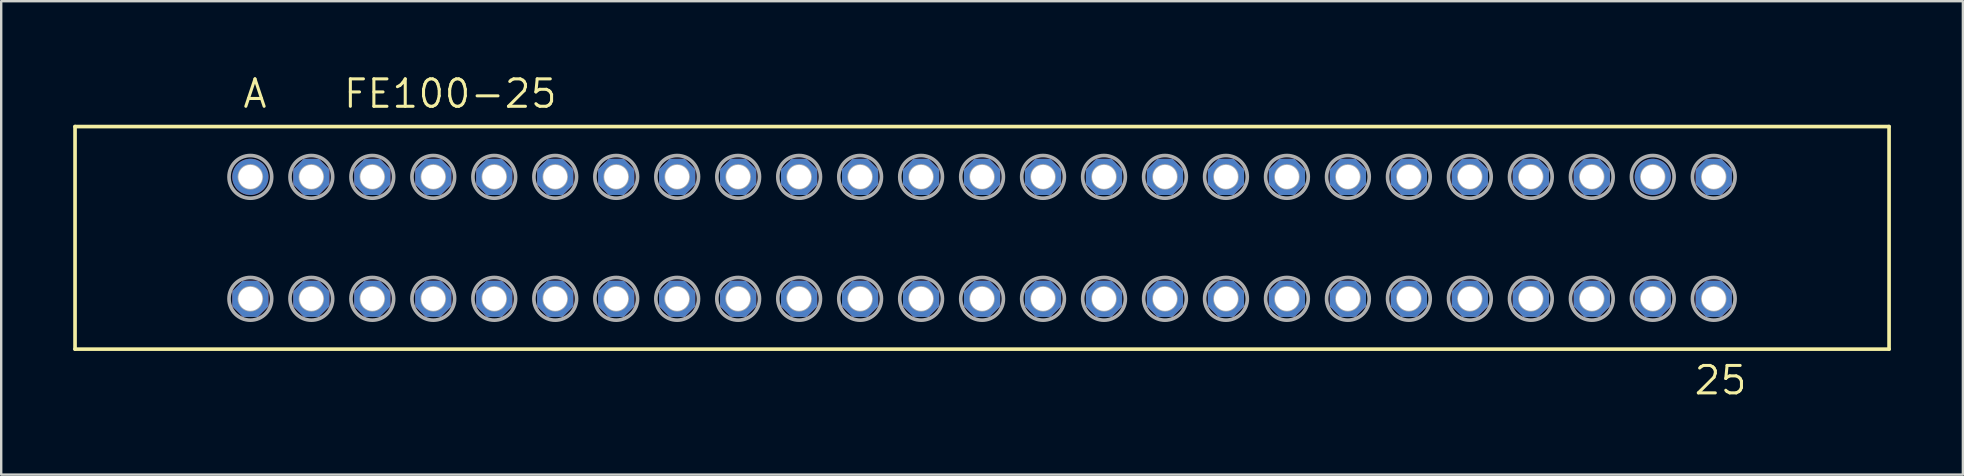
<source format=kicad_pcb>
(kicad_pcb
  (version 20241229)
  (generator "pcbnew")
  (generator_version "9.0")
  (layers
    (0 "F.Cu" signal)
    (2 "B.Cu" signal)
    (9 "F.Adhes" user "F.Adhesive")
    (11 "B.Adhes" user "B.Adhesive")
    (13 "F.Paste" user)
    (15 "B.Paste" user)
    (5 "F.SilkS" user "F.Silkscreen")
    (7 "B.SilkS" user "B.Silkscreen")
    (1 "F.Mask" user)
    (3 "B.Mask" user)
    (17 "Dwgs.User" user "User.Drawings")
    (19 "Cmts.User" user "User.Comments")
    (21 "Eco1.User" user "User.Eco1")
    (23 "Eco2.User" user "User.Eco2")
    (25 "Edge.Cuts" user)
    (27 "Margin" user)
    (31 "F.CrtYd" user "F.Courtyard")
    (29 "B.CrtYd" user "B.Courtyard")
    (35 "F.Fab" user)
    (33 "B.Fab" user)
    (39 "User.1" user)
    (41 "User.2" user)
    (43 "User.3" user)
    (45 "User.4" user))
  (footprint "FE100-25"
    (layer "F.Cu")
    (at 36.589 6.858)
    (property "Reference" "FE100-25" (at -25.4 -5.334 0) (layer "F.SilkS") (effects (font (size 1.143 1.143) (thickness 0.127)) (justify left bottom)))
    (fp_line (start -36.513 -4.636) (end 39.053 -4.636) (stroke (width 0.152) (type solid)) (layer "F.SilkS"))
    (fp_line (start -36.513 4.636) (end -36.513 -4.636) (stroke (width 0.152) (type solid)) (layer "F.SilkS"))
    (fp_line (start -36.513 4.636) (end 39.053 4.636) (stroke (width 0.152) (type solid)) (layer "F.SilkS"))
    (fp_line (start 39.053 4.636) (end 39.053 -4.636) (stroke (width 0.152) (type solid)) (layer "F.SilkS"))
    (fp_circle (center -29.21 -2.54) (end -29.083 -2.54) (stroke (width 0.406) (type solid)) (fill no) (layer "F.Fab"))
    (fp_circle (center -29.21 -2.54) (end -28.321 -2.54) (stroke (width 0.152) (type solid)) (fill no) (layer "F.Fab"))
    (fp_circle (center -29.21 2.54) (end -29.083 2.54) (stroke (width 0.406) (type solid)) (fill no) (layer "F.Fab"))
    (fp_circle (center -29.21 2.54) (end -28.321 2.54) (stroke (width 0.152) (type solid)) (fill no) (layer "F.Fab"))
    (fp_circle (center -26.67 -2.54) (end -26.543 -2.54) (stroke (width 0.406) (type solid)) (fill no) (layer "F.Fab"))
    (fp_circle (center -26.67 -2.54) (end -25.781 -2.54) (stroke (width 0.152) (type solid)) (fill no) (layer "F.Fab"))
    (fp_circle (center -26.67 2.54) (end -26.543 2.54) (stroke (width 0.406) (type solid)) (fill no) (layer "F.Fab"))
    (fp_circle (center -26.67 2.54) (end -25.781 2.54) (stroke (width 0.152) (type solid)) (fill no) (layer "F.Fab"))
    (fp_circle (center -24.13 -2.54) (end -24.003 -2.54) (stroke (width 0.406) (type solid)) (fill no) (layer "F.Fab"))
    (fp_circle (center -24.13 -2.54) (end -23.241 -2.54) (stroke (width 0.152) (type solid)) (fill no) (layer "F.Fab"))
    (fp_circle (center -24.13 2.54) (end -24.003 2.54) (stroke (width 0.406) (type solid)) (fill no) (layer "F.Fab"))
    (fp_circle (center -24.13 2.54) (end -23.241 2.54) (stroke (width 0.152) (type solid)) (fill no) (layer "F.Fab"))
    (fp_circle (center -21.59 -2.54) (end -21.463 -2.54) (stroke (width 0.406) (type solid)) (fill no) (layer "F.Fab"))
    (fp_circle (center -21.59 -2.54) (end -20.701 -2.54) (stroke (width 0.152) (type solid)) (fill no) (layer "F.Fab"))
    (fp_circle (center -21.59 2.54) (end -21.463 2.54) (stroke (width 0.406) (type solid)) (fill no) (layer "F.Fab"))
    (fp_circle (center -21.59 2.54) (end -20.701 2.54) (stroke (width 0.152) (type solid)) (fill no) (layer "F.Fab"))
    (fp_circle (center -19.05 -2.54) (end -18.923 -2.54) (stroke (width 0.406) (type solid)) (fill no) (layer "F.Fab"))
    (fp_circle (center -19.05 -2.54) (end -18.161 -2.54) (stroke (width 0.152) (type solid)) (fill no) (layer "F.Fab"))
    (fp_circle (center -19.05 2.54) (end -18.923 2.54) (stroke (width 0.406) (type solid)) (fill no) (layer "F.Fab"))
    (fp_circle (center -19.05 2.54) (end -18.161 2.54) (stroke (width 0.152) (type solid)) (fill no) (layer "F.Fab"))
    (fp_circle (center -16.51 -2.54) (end -16.383 -2.54) (stroke (width 0.406) (type solid)) (fill no) (layer "F.Fab"))
    (fp_circle (center -16.51 -2.54) (end -15.621 -2.54) (stroke (width 0.152) (type solid)) (fill no) (layer "F.Fab"))
    (fp_circle (center -16.51 2.54) (end -16.383 2.54) (stroke (width 0.406) (type solid)) (fill no) (layer "F.Fab"))
    (fp_circle (center -16.51 2.54) (end -15.621 2.54) (stroke (width 0.152) (type solid)) (fill no) (layer "F.Fab"))
    (fp_circle (center -13.97 -2.54) (end -13.843 -2.54) (stroke (width 0.406) (type solid)) (fill no) (layer "F.Fab"))
    (fp_circle (center -13.97 -2.54) (end -13.081 -2.54) (stroke (width 0.152) (type solid)) (fill no) (layer "F.Fab"))
    (fp_circle (center -13.97 2.54) (end -13.843 2.54) (stroke (width 0.406) (type solid)) (fill no) (layer "F.Fab"))
    (fp_circle (center -13.97 2.54) (end -13.081 2.54) (stroke (width 0.152) (type solid)) (fill no) (layer "F.Fab"))
    (fp_circle (center -11.43 -2.54) (end -11.303 -2.54) (stroke (width 0.406) (type solid)) (fill no) (layer "F.Fab"))
    (fp_circle (center -11.43 -2.54) (end -10.541 -2.54) (stroke (width 0.152) (type solid)) (fill no) (layer "F.Fab"))
    (fp_circle (center -11.43 2.54) (end -11.303 2.54) (stroke (width 0.406) (type solid)) (fill no) (layer "F.Fab"))
    (fp_circle (center -11.43 2.54) (end -10.541 2.54) (stroke (width 0.152) (type solid)) (fill no) (layer "F.Fab"))
    (fp_circle (center -8.89 -2.54) (end -8.763 -2.54) (stroke (width 0.406) (type solid)) (fill no) (layer "F.Fab"))
    (fp_circle (center -8.89 -2.54) (end -8.001 -2.54) (stroke (width 0.152) (type solid)) (fill no) (layer "F.Fab"))
    (fp_circle (center -8.89 2.54) (end -8.763 2.54) (stroke (width 0.406) (type solid)) (fill no) (layer "F.Fab"))
    (fp_circle (center -8.89 2.54) (end -8.001 2.54) (stroke (width 0.152) (type solid)) (fill no) (layer "F.Fab"))
    (fp_circle (center -6.35 -2.54) (end -6.223 -2.54) (stroke (width 0.406) (type solid)) (fill no) (layer "F.Fab"))
    (fp_circle (center -6.35 -2.54) (end -5.461 -2.54) (stroke (width 0.152) (type solid)) (fill no) (layer "F.Fab"))
    (fp_circle (center -6.35 2.54) (end -6.223 2.54) (stroke (width 0.406) (type solid)) (fill no) (layer "F.Fab"))
    (fp_circle (center -6.35 2.54) (end -5.461 2.54) (stroke (width 0.152) (type solid)) (fill no) (layer "F.Fab"))
    (fp_circle (center -3.81 -2.54) (end -3.683 -2.54) (stroke (width 0.406) (type solid)) (fill no) (layer "F.Fab"))
    (fp_circle (center -3.81 -2.54) (end -2.921 -2.54) (stroke (width 0.152) (type solid)) (fill no) (layer "F.Fab"))
    (fp_circle (center -3.81 2.54) (end -3.683 2.54) (stroke (width 0.406) (type solid)) (fill no) (layer "F.Fab"))
    (fp_circle (center -3.81 2.54) (end -2.921 2.54) (stroke (width 0.152) (type solid)) (fill no) (layer "F.Fab"))
    (fp_circle (center -1.27 -2.54) (end -1.143 -2.54) (stroke (width 0.406) (type solid)) (fill no) (layer "F.Fab"))
    (fp_circle (center -1.27 -2.54) (end -0.381 -2.54) (stroke (width 0.152) (type solid)) (fill no) (layer "F.Fab"))
    (fp_circle (center -1.27 2.54) (end -1.143 2.54) (stroke (width 0.406) (type solid)) (fill no) (layer "F.Fab"))
    (fp_circle (center -1.27 2.54) (end -0.381 2.54) (stroke (width 0.152) (type solid)) (fill no) (layer "F.Fab"))
    (fp_circle (center 1.27 -2.54) (end 1.397 -2.54) (stroke (width 0.406) (type solid)) (fill no) (layer "F.Fab"))
    (fp_circle (center 1.27 -2.54) (end 2.159 -2.54) (stroke (width 0.152) (type solid)) (fill no) (layer "F.Fab"))
    (fp_circle (center 1.27 2.54) (end 1.397 2.54) (stroke (width 0.406) (type solid)) (fill no) (layer "F.Fab"))
    (fp_circle (center 1.27 2.54) (end 2.159 2.54) (stroke (width 0.152) (type solid)) (fill no) (layer "F.Fab"))
    (fp_circle (center 3.81 -2.54) (end 3.937 -2.54) (stroke (width 0.406) (type solid)) (fill no) (layer "F.Fab"))
    (fp_circle (center 3.81 -2.54) (end 4.699 -2.54) (stroke (width 0.152) (type solid)) (fill no) (layer "F.Fab"))
    (fp_circle (center 3.81 2.54) (end 3.937 2.54) (stroke (width 0.406) (type solid)) (fill no) (layer "F.Fab"))
    (fp_circle (center 3.81 2.54) (end 4.699 2.54) (stroke (width 0.152) (type solid)) (fill no) (layer "F.Fab"))
    (fp_circle (center 6.35 -2.54) (end 6.477 -2.54) (stroke (width 0.406) (type solid)) (fill no) (layer "F.Fab"))
    (fp_circle (center 6.35 -2.54) (end 7.239 -2.54) (stroke (width 0.152) (type solid)) (fill no) (layer "F.Fab"))
    (fp_circle (center 6.35 2.54) (end 6.477 2.54) (stroke (width 0.406) (type solid)) (fill no) (layer "F.Fab"))
    (fp_circle (center 6.35 2.54) (end 7.239 2.54) (stroke (width 0.152) (type solid)) (fill no) (layer "F.Fab"))
    (fp_circle (center 8.89 -2.54) (end 9.017 -2.54) (stroke (width 0.406) (type solid)) (fill no) (layer "F.Fab"))
    (fp_circle (center 8.89 -2.54) (end 9.779 -2.54) (stroke (width 0.152) (type solid)) (fill no) (layer "F.Fab"))
    (fp_circle (center 8.89 2.54) (end 9.017 2.54) (stroke (width 0.406) (type solid)) (fill no) (layer "F.Fab"))
    (fp_circle (center 8.89 2.54) (end 9.779 2.54) (stroke (width 0.152) (type solid)) (fill no) (layer "F.Fab"))
    (fp_circle (center 11.43 -2.54) (end 11.557 -2.54) (stroke (width 0.406) (type solid)) (fill no) (layer "F.Fab"))
    (fp_circle (center 11.43 -2.54) (end 12.319 -2.54) (stroke (width 0.152) (type solid)) (fill no) (layer "F.Fab"))
    (fp_circle (center 11.43 2.54) (end 11.557 2.54) (stroke (width 0.406) (type solid)) (fill no) (layer "F.Fab"))
    (fp_circle (center 11.43 2.54) (end 12.319 2.54) (stroke (width 0.152) (type solid)) (fill no) (layer "F.Fab"))
    (fp_circle (center 13.97 -2.54) (end 14.097 -2.54) (stroke (width 0.406) (type solid)) (fill no) (layer "F.Fab"))
    (fp_circle (center 13.97 -2.54) (end 14.859 -2.54) (stroke (width 0.152) (type solid)) (fill no) (layer "F.Fab"))
    (fp_circle (center 13.97 2.54) (end 14.097 2.54) (stroke (width 0.406) (type solid)) (fill no) (layer "F.Fab"))
    (fp_circle (center 13.97 2.54) (end 14.859 2.54) (stroke (width 0.152) (type solid)) (fill no) (layer "F.Fab"))
    (fp_circle (center 16.51 -2.54) (end 16.637 -2.54) (stroke (width 0.406) (type solid)) (fill no) (layer "F.Fab"))
    (fp_circle (center 16.51 -2.54) (end 17.399 -2.54) (stroke (width 0.152) (type solid)) (fill no) (layer "F.Fab"))
    (fp_circle (center 16.51 2.54) (end 16.637 2.54) (stroke (width 0.406) (type solid)) (fill no) (layer "F.Fab"))
    (fp_circle (center 16.51 2.54) (end 17.399 2.54) (stroke (width 0.152) (type solid)) (fill no) (layer "F.Fab"))
    (fp_circle (center 19.05 -2.54) (end 19.177 -2.54) (stroke (width 0.406) (type solid)) (fill no) (layer "F.Fab"))
    (fp_circle (center 19.05 -2.54) (end 19.939 -2.54) (stroke (width 0.152) (type solid)) (fill no) (layer "F.Fab"))
    (fp_circle (center 19.05 2.54) (end 19.177 2.54) (stroke (width 0.406) (type solid)) (fill no) (layer "F.Fab"))
    (fp_circle (center 19.05 2.54) (end 19.939 2.54) (stroke (width 0.152) (type solid)) (fill no) (layer "F.Fab"))
    (fp_circle (center 21.59 -2.54) (end 21.717 -2.54) (stroke (width 0.406) (type solid)) (fill no) (layer "F.Fab"))
    (fp_circle (center 21.59 -2.54) (end 22.479 -2.54) (stroke (width 0.152) (type solid)) (fill no) (layer "F.Fab"))
    (fp_circle (center 21.59 2.54) (end 21.717 2.54) (stroke (width 0.406) (type solid)) (fill no) (layer "F.Fab"))
    (fp_circle (center 21.59 2.54) (end 22.479 2.54) (stroke (width 0.152) (type solid)) (fill no) (layer "F.Fab"))
    (fp_circle (center 24.13 -2.54) (end 24.257 -2.54) (stroke (width 0.406) (type solid)) (fill no) (layer "F.Fab"))
    (fp_circle (center 24.13 -2.54) (end 25.019 -2.54) (stroke (width 0.152) (type solid)) (fill no) (layer "F.Fab"))
    (fp_circle (center 24.13 2.54) (end 24.257 2.54) (stroke (width 0.406) (type solid)) (fill no) (layer "F.Fab"))
    (fp_circle (center 24.13 2.54) (end 25.019 2.54) (stroke (width 0.152) (type solid)) (fill no) (layer "F.Fab"))
    (fp_circle (center 26.67 -2.54) (end 26.797 -2.54) (stroke (width 0.406) (type solid)) (fill no) (layer "F.Fab"))
    (fp_circle (center 26.67 -2.54) (end 27.559 -2.54) (stroke (width 0.152) (type solid)) (fill no) (layer "F.Fab"))
    (fp_circle (center 26.67 2.54) (end 26.797 2.54) (stroke (width 0.406) (type solid)) (fill no) (layer "F.Fab"))
    (fp_circle (center 26.67 2.54) (end 27.559 2.54) (stroke (width 0.152) (type solid)) (fill no) (layer "F.Fab"))
    (fp_circle (center 29.21 -2.54) (end 29.337 -2.54) (stroke (width 0.406) (type solid)) (fill no) (layer "F.Fab"))
    (fp_circle (center 29.21 -2.54) (end 30.099 -2.54) (stroke (width 0.152) (type solid)) (fill no) (layer "F.Fab"))
    (fp_circle (center 29.21 2.54) (end 29.337 2.54) (stroke (width 0.406) (type solid)) (fill no) (layer "F.Fab"))
    (fp_circle (center 29.21 2.54) (end 30.099 2.54) (stroke (width 0.152) (type solid)) (fill no) (layer "F.Fab"))
    (fp_circle (center 31.75 -2.54) (end 31.877 -2.54) (stroke (width 0.406) (type solid)) (fill no) (layer "F.Fab"))
    (fp_circle (center 31.75 -2.54) (end 32.639 -2.54) (stroke (width 0.152) (type solid)) (fill no) (layer "F.Fab"))
    (fp_circle (center 31.75 2.54) (end 31.877 2.54) (stroke (width 0.406) (type solid)) (fill no) (layer "F.Fab"))
    (fp_circle (center 31.75 2.54) (end 32.639 2.54) (stroke (width 0.152) (type solid)) (fill no) (layer "F.Fab"))
    (fp_text user "A" (at -29.591 -5.334 0) (layer "F.SilkS") (effects (font (size 1.143 1.143) (thickness 0.127)) (justify left bottom)))
    (fp_text user "25" (at 30.861 6.604 0) (layer "F.SilkS") (effects (font (size 1.143 1.143) (thickness 0.127)) (justify left bottom)))
    (pad "1" thru_hole roundrect (at -29.21 2.54) (size 1.508 1.508) (drill 1) (layers "*.Cu" "*.Mask") (roundrect_rratio 0.25) (chamfer_ratio 0.293) (chamfer top_left top_right bottom_left bottom_right))
    (pad "2" thru_hole roundrect (at -26.67 2.54) (size 1.508 1.508) (drill 1) (layers "*.Cu" "*.Mask") (roundrect_rratio 0.25) (chamfer_ratio 0.293) (chamfer top_left top_right bottom_left bottom_right))
    (pad "3" thru_hole roundrect (at -24.13 2.54) (size 1.508 1.508) (drill 1) (layers "*.Cu" "*.Mask") (roundrect_rratio 0.25) (chamfer_ratio 0.293) (chamfer top_left top_right bottom_left bottom_right))
    (pad "4" thru_hole roundrect (at -21.59 2.54) (size 1.508 1.508) (drill 1) (layers "*.Cu" "*.Mask") (roundrect_rratio 0.25) (chamfer_ratio 0.293) (chamfer top_left top_right bottom_left bottom_right))
    (pad "5" thru_hole roundrect (at -19.05 2.54) (size 1.508 1.508) (drill 1) (layers "*.Cu" "*.Mask") (roundrect_rratio 0.25) (chamfer_ratio 0.293) (chamfer top_left top_right bottom_left bottom_right))
    (pad "6" thru_hole roundrect (at -16.51 2.54) (size 1.508 1.508) (drill 1) (layers "*.Cu" "*.Mask") (roundrect_rratio 0.25) (chamfer_ratio 0.293) (chamfer top_left top_right bottom_left bottom_right))
    (pad "7" thru_hole roundrect (at -13.97 2.54) (size 1.508 1.508) (drill 1) (layers "*.Cu" "*.Mask") (roundrect_rratio 0.25) (chamfer_ratio 0.293) (chamfer top_left top_right bottom_left bottom_right))
    (pad "8" thru_hole roundrect (at -11.43 2.54) (size 1.508 1.508) (drill 1) (layers "*.Cu" "*.Mask") (roundrect_rratio 0.25) (chamfer_ratio 0.293) (chamfer top_left top_right bottom_left bottom_right))
    (pad "9" thru_hole roundrect (at -8.89 2.54) (size 1.508 1.508) (drill 1) (layers "*.Cu" "*.Mask") (roundrect_rratio 0.25) (chamfer_ratio 0.293) (chamfer top_left top_right bottom_left bottom_right))
    (pad "10" thru_hole roundrect (at -6.35 2.54) (size 1.508 1.508) (drill 1) (layers "*.Cu" "*.Mask") (roundrect_rratio 0.25) (chamfer_ratio 0.293) (chamfer top_left top_right bottom_left bottom_right))
    (pad "11" thru_hole roundrect (at -3.81 2.54) (size 1.508 1.508) (drill 1) (layers "*.Cu" "*.Mask") (roundrect_rratio 0.25) (chamfer_ratio 0.293) (chamfer top_left top_right bottom_left bottom_right))
    (pad "12" thru_hole roundrect (at -1.27 2.54) (size 1.508 1.508) (drill 1) (layers "*.Cu" "*.Mask") (roundrect_rratio 0.25) (chamfer_ratio 0.293) (chamfer top_left top_right bottom_left bottom_right))
    (pad "13" thru_hole roundrect (at 1.27 2.54) (size 1.508 1.508) (drill 1) (layers "*.Cu" "*.Mask") (roundrect_rratio 0.25) (chamfer_ratio 0.293) (chamfer top_left top_right bottom_left bottom_right))
    (pad "14" thru_hole roundrect (at 3.81 2.54) (size 1.508 1.508) (drill 1) (layers "*.Cu" "*.Mask") (roundrect_rratio 0.25) (chamfer_ratio 0.293) (chamfer top_left top_right bottom_left bottom_right))
    (pad "15" thru_hole roundrect (at 6.35 2.54) (size 1.508 1.508) (drill 1) (layers "*.Cu" "*.Mask") (roundrect_rratio 0.25) (chamfer_ratio 0.293) (chamfer top_left top_right bottom_left bottom_right))
    (pad "16" thru_hole roundrect (at 8.89 2.54) (size 1.508 1.508) (drill 1) (layers "*.Cu" "*.Mask") (roundrect_rratio 0.25) (chamfer_ratio 0.293) (chamfer top_left top_right bottom_left bottom_right))
    (pad "17" thru_hole roundrect (at 11.43 2.54) (size 1.508 1.508) (drill 1) (layers "*.Cu" "*.Mask") (roundrect_rratio 0.25) (chamfer_ratio 0.293) (chamfer top_left top_right bottom_left bottom_right))
    (pad "18" thru_hole roundrect (at 13.97 2.54) (size 1.508 1.508) (drill 1) (layers "*.Cu" "*.Mask") (roundrect_rratio 0.25) (chamfer_ratio 0.293) (chamfer top_left top_right bottom_left bottom_right))
    (pad "19" thru_hole roundrect (at 16.51 2.54) (size 1.508 1.508) (drill 1) (layers "*.Cu" "*.Mask") (roundrect_rratio 0.25) (chamfer_ratio 0.293) (chamfer top_left top_right bottom_left bottom_right))
    (pad "20" thru_hole roundrect (at 19.05 2.54) (size 1.508 1.508) (drill 1) (layers "*.Cu" "*.Mask") (roundrect_rratio 0.25) (chamfer_ratio 0.293) (chamfer top_left top_right bottom_left bottom_right))
    (pad "21" thru_hole roundrect (at 21.59 2.54) (size 1.508 1.508) (drill 1) (layers "*.Cu" "*.Mask") (roundrect_rratio 0.25) (chamfer_ratio 0.293) (chamfer top_left top_right bottom_left bottom_right))
    (pad "22" thru_hole roundrect (at 24.13 2.54) (size 1.508 1.508) (drill 1) (layers "*.Cu" "*.Mask") (roundrect_rratio 0.25) (chamfer_ratio 0.293) (chamfer top_left top_right bottom_left bottom_right))
    (pad "23" thru_hole roundrect (at 26.67 2.54) (size 1.508 1.508) (drill 1) (layers "*.Cu" "*.Mask") (roundrect_rratio 0.25) (chamfer_ratio 0.293) (chamfer top_left top_right bottom_left bottom_right))
    (pad "24" thru_hole roundrect (at 29.21 2.54) (size 1.508 1.508) (drill 1) (layers "*.Cu" "*.Mask") (roundrect_rratio 0.25) (chamfer_ratio 0.293) (chamfer top_left top_right bottom_left bottom_right))
    (pad "25" thru_hole roundrect (at 31.75 2.54) (size 1.508 1.508) (drill 1) (layers "*.Cu" "*.Mask") (roundrect_rratio 0.25) (chamfer_ratio 0.293) (chamfer top_left top_right bottom_left bottom_right))
    (pad "A" thru_hole circle (at -29.21 -2.54) (size 1.508 1.508) (drill 1) (layers "*.Cu" "*.Mask"))
    (pad "B" thru_hole roundrect (at -26.67 -2.54) (size 1.508 1.508) (drill 1) (layers "*.Cu" "*.Mask") (roundrect_rratio 0.25) (chamfer_ratio 0.293) (chamfer top_left top_right bottom_left bottom_right))
    (pad "C" thru_hole roundrect (at -24.13 -2.54) (size 1.508 1.508) (drill 1) (layers "*.Cu" "*.Mask") (roundrect_rratio 0.25) (chamfer_ratio 0.293) (chamfer top_left top_right bottom_left bottom_right))
    (pad "D" thru_hole roundrect (at -21.59 -2.54) (size 1.508 1.508) (drill 1) (layers "*.Cu" "*.Mask") (roundrect_rratio 0.25) (chamfer_ratio 0.293) (chamfer top_left top_right bottom_left bottom_right))
    (pad "E" thru_hole roundrect (at -19.05 -2.54) (size 1.508 1.508) (drill 1) (layers "*.Cu" "*.Mask") (roundrect_rratio 0.25) (chamfer_ratio 0.293) (chamfer top_left top_right bottom_left bottom_right))
    (pad "F" thru_hole roundrect (at -16.51 -2.54) (size 1.508 1.508) (drill 1) (layers "*.Cu" "*.Mask") (roundrect_rratio 0.25) (chamfer_ratio 0.293) (chamfer top_left top_right bottom_left bottom_right))
    (pad "G" thru_hole roundrect (at -13.97 -2.54) (size 1.508 1.508) (drill 1) (layers "*.Cu" "*.Mask") (roundrect_rratio 0.25) (chamfer_ratio 0.293) (chamfer top_left top_right bottom_left bottom_right))
    (pad "H" thru_hole roundrect (at -11.43 -2.54) (size 1.508 1.508) (drill 1) (layers "*.Cu" "*.Mask") (roundrect_rratio 0.25) (chamfer_ratio 0.293) (chamfer top_left top_right bottom_left bottom_right))
    (pad "J" thru_hole roundrect (at -8.89 -2.54) (size 1.508 1.508) (drill 1) (layers "*.Cu" "*.Mask") (roundrect_rratio 0.25) (chamfer_ratio 0.293) (chamfer top_left top_right bottom_left bottom_right))
    (pad "K" thru_hole roundrect (at -6.35 -2.54) (size 1.508 1.508) (drill 1) (layers "*.Cu" "*.Mask") (roundrect_rratio 0.25) (chamfer_ratio 0.293) (chamfer top_left top_right bottom_left bottom_right))
    (pad "L" thru_hole roundrect (at -3.81 -2.54) (size 1.508 1.508) (drill 1) (layers "*.Cu" "*.Mask") (roundrect_rratio 0.25) (chamfer_ratio 0.293) (chamfer top_left top_right bottom_left bottom_right))
    (pad "M" thru_hole roundrect (at -1.27 -2.54) (size 1.508 1.508) (drill 1) (layers "*.Cu" "*.Mask") (roundrect_rratio 0.25) (chamfer_ratio 0.293) (chamfer top_left top_right bottom_left bottom_right))
    (pad "N" thru_hole roundrect (at 1.27 -2.54) (size 1.508 1.508) (drill 1) (layers "*.Cu" "*.Mask") (roundrect_rratio 0.25) (chamfer_ratio 0.293) (chamfer top_left top_right bottom_left bottom_right))
    (pad "O" thru_hole roundrect (at 3.81 -2.54) (size 1.508 1.508) (drill 1) (layers "*.Cu" "*.Mask") (roundrect_rratio 0.25) (chamfer_ratio 0.293) (chamfer top_left top_right bottom_left bottom_right))
    (pad "P" thru_hole roundrect (at 6.35 -2.54) (size 1.508 1.508) (drill 1) (layers "*.Cu" "*.Mask") (roundrect_rratio 0.25) (chamfer_ratio 0.293) (chamfer top_left top_right bottom_left bottom_right))
    (pad "Q" thru_hole roundrect (at 8.89 -2.54) (size 1.508 1.508) (drill 1) (layers "*.Cu" "*.Mask") (roundrect_rratio 0.25) (chamfer_ratio 0.293) (chamfer top_left top_right bottom_left bottom_right))
    (pad "R" thru_hole roundrect (at 11.43 -2.54) (size 1.508 1.508) (drill 1) (layers "*.Cu" "*.Mask") (roundrect_rratio 0.25) (chamfer_ratio 0.293) (chamfer top_left top_right bottom_left bottom_right))
    (pad "S" thru_hole roundrect (at 13.97 -2.54) (size 1.508 1.508) (drill 1) (layers "*.Cu" "*.Mask") (roundrect_rratio 0.25) (chamfer_ratio 0.293) (chamfer top_left top_right bottom_left bottom_right))
    (pad "T" thru_hole roundrect (at 16.51 -2.54) (size 1.508 1.508) (drill 1) (layers "*.Cu" "*.Mask") (roundrect_rratio 0.25) (chamfer_ratio 0.293) (chamfer top_left top_right bottom_left bottom_right))
    (pad "U" thru_hole roundrect (at 19.05 -2.54) (size 1.508 1.508) (drill 1) (layers "*.Cu" "*.Mask") (roundrect_rratio 0.25) (chamfer_ratio 0.293) (chamfer top_left top_right bottom_left bottom_right))
    (pad "V" thru_hole roundrect (at 21.59 -2.54) (size 1.508 1.508) (drill 1) (layers "*.Cu" "*.Mask") (roundrect_rratio 0.25) (chamfer_ratio 0.293) (chamfer top_left top_right bottom_left bottom_right))
    (pad "W" thru_hole roundrect (at 24.13 -2.54) (size 1.508 1.508) (drill 1) (layers "*.Cu" "*.Mask") (roundrect_rratio 0.25) (chamfer_ratio 0.293) (chamfer top_left top_right bottom_left bottom_right))
    (pad "X" thru_hole roundrect (at 26.67 -2.54) (size 1.508 1.508) (drill 1) (layers "*.Cu" "*.Mask") (roundrect_rratio 0.25) (chamfer_ratio 0.293) (chamfer top_left top_right bottom_left bottom_right))
    (pad "Y" thru_hole circle (at 29.21 -2.54) (size 1.508 1.508) (drill 1) (layers "*.Cu" "*.Mask"))
    (pad "Z" thru_hole roundrect (at 31.75 -2.54) (size 1.508 1.508) (drill 1) (layers "*.Cu" "*.Mask") (roundrect_rratio 0.25) (chamfer_ratio 0.293) (chamfer top_left top_right bottom_left bottom_right)))
  (gr_rect
    (start -3 -3)
    (end 78.717 16.721)
    (stroke (width 0.1) (type default))
    (fill no)
    (layer "Edge.Cuts")))
</source>
